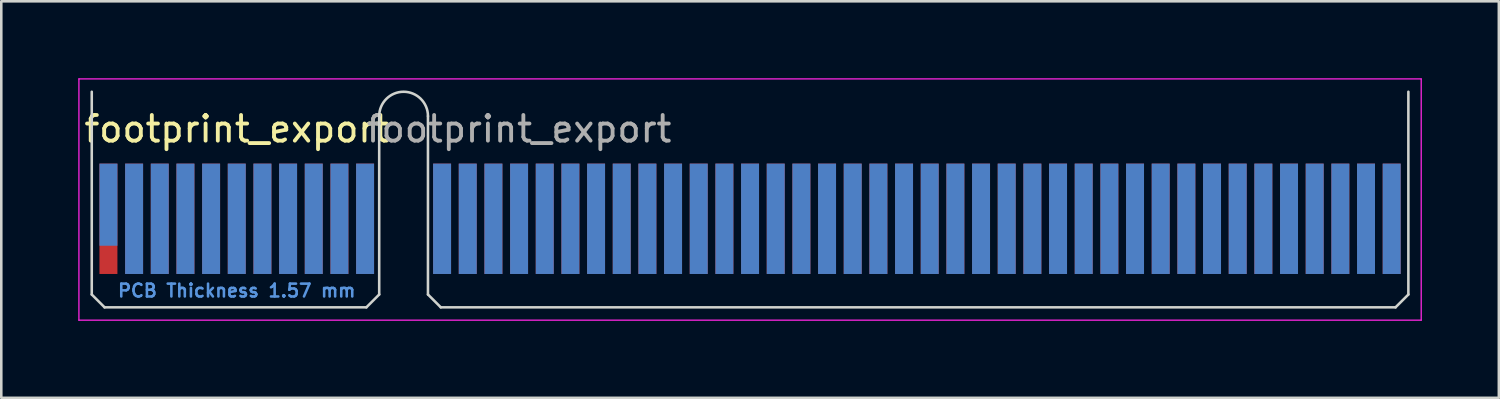
<source format=kicad_pcb>
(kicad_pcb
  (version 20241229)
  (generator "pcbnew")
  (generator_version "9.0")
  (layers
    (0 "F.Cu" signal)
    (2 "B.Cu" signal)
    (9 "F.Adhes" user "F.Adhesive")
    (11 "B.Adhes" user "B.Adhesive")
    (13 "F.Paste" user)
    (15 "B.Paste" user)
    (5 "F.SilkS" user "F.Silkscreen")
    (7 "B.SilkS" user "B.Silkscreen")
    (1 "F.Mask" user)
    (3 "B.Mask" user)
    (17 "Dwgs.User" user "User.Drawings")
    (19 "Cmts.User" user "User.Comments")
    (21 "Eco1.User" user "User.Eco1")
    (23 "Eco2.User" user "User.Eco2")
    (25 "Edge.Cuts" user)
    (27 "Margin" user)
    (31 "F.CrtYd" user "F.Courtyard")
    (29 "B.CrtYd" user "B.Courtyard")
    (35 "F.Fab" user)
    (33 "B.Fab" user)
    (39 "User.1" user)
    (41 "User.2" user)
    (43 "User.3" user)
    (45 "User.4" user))
  (footprint "footprint_export"
    (layer "F.Cu")
    (at 1.175 5.475)
    (property "Reference" "footprint_export" (at 5 -3.5 0) (layer "F.SilkS") (effects (font (size 1 1) (thickness 0.15))))
    (attr exclude_from_pos_files exclude_from_bom)
    (fp_line (start -0.65 -4.95) (end -0.65 2.95) (stroke (width 0.1) (type solid)) (layer "Edge.Cuts"))
    (fp_line (start -0.65 2.95) (end -0.15 3.45) (stroke (width 0.1) (type solid)) (layer "Edge.Cuts"))
    (fp_line (start -0.15 3.45) (end 10.05 3.45) (stroke (width 0.1) (type solid)) (layer "Edge.Cuts"))
    (fp_line (start 10.55 -4) (end 10.55 2.95) (stroke (width 0.1) (type solid)) (layer "Edge.Cuts"))
    (fp_line (start 10.55 2.95) (end 10.05 3.45) (stroke (width 0.1) (type solid)) (layer "Edge.Cuts"))
    (fp_line (start 12.45 -4) (end 12.45 2.95) (stroke (width 0.1) (type solid)) (layer "Edge.Cuts"))
    (fp_line (start 12.45 2.95) (end 12.95 3.45) (stroke (width 0.1) (type solid)) (layer "Edge.Cuts"))
    (fp_line (start 12.95 3.45) (end 50.15 3.45) (stroke (width 0.1) (type solid)) (layer "Edge.Cuts"))
    (fp_line (start 50.65 -4.95) (end 50.65 2.95) (stroke (width 0.1) (type solid)) (layer "Edge.Cuts"))
    (fp_line (start 50.65 2.95) (end 50.15 3.45) (stroke (width 0.1) (type solid)) (layer "Edge.Cuts"))
    (fp_arc (start 10.55 -4) (mid 11.5 -4.95) (end 12.45 -4) (stroke (width 0.1) (type solid)) (layer "Edge.Cuts"))
    (fp_line (start -1.15 -5.45) (end -1.15 3.95) (stroke (width 0.05) (type solid)) (layer "F.CrtYd"))
    (fp_line (start -1.15 -5.45) (end 51.15 -5.45) (stroke (width 0.05) (type solid)) (layer "F.CrtYd"))
    (fp_line (start 51.15 3.95) (end -1.15 3.95) (stroke (width 0.05) (type solid)) (layer "F.CrtYd"))
    (fp_line (start 51.15 3.95) (end 51.15 -5.45) (stroke (width 0.05) (type solid)) (layer "F.CrtYd"))
    (fp_text user "PCB Thickness 1.57 mm" (at 5 2.8 180) (layer "Cmts.User") (effects (font (size 0.5 0.5) (thickness 0.1))))
    (fp_text user "${REFERENCE}" (at 16 -3.5 0) (layer "F.Fab") (effects (font (size 1 1) (thickness 0.15))))
    (pad "A1" connect rect (at 0 -0.55) (size 0.7 3.2) (layers "B.Cu" "B.Mask"))
    (pad "A2" connect rect (at 1 0) (size 0.7 4.3) (layers "B.Cu" "B.Mask"))
    (pad "A3" connect rect (at 2 0) (size 0.7 4.3) (layers "B.Cu" "B.Mask"))
    (pad "A4" connect rect (at 3 0) (size 0.7 4.3) (layers "B.Cu" "B.Mask"))
    (pad "A5" connect rect (at 4 0) (size 0.7 4.3) (layers "B.Cu" "B.Mask"))
    (pad "A6" connect rect (at 5 0) (size 0.7 4.3) (layers "B.Cu" "B.Mask"))
    (pad "A7" connect rect (at 6 0) (size 0.7 4.3) (layers "B.Cu" "B.Mask"))
    (pad "A8" connect rect (at 7 0) (size 0.7 4.3) (layers "B.Cu" "B.Mask"))
    (pad "A9" connect rect (at 8 0) (size 0.7 4.3) (layers "B.Cu" "B.Mask"))
    (pad "A10" connect rect (at 9 0) (size 0.7 4.3) (layers "B.Cu" "B.Mask"))
    (pad "A11" connect rect (at 10 0) (size 0.7 4.3) (layers "B.Cu" "B.Mask"))
    (pad "A12" connect rect (at 13 0) (size 0.7 4.3) (layers "B.Cu" "B.Mask"))
    (pad "A13" connect rect (at 14 0) (size 0.7 4.3) (layers "B.Cu" "B.Mask"))
    (pad "A14" connect rect (at 15 0) (size 0.7 4.3) (layers "B.Cu" "B.Mask"))
    (pad "A15" connect rect (at 16 0) (size 0.7 4.3) (layers "B.Cu" "B.Mask"))
    (pad "A16" connect rect (at 17 0) (size 0.7 4.3) (layers "B.Cu" "B.Mask"))
    (pad "A17" connect rect (at 18 0) (size 0.7 4.3) (layers "B.Cu" "B.Mask"))
    (pad "A18" connect rect (at 19 0) (size 0.7 4.3) (layers "B.Cu" "B.Mask"))
    (pad "A19" connect rect (at 20 0) (size 0.7 4.3) (layers "B.Cu" "B.Mask"))
    (pad "A20" connect rect (at 21 0) (size 0.7 4.3) (layers "B.Cu" "B.Mask"))
    (pad "A21" connect rect (at 22 0) (size 0.7 4.3) (layers "B.Cu" "B.Mask"))
    (pad "A22" connect rect (at 23 0) (size 0.7 4.3) (layers "B.Cu" "B.Mask"))
    (pad "A23" connect rect (at 24 0) (size 0.7 4.3) (layers "B.Cu" "B.Mask"))
    (pad "A24" connect rect (at 25 0) (size 0.7 4.3) (layers "B.Cu" "B.Mask"))
    (pad "A25" connect rect (at 26 0) (size 0.7 4.3) (layers "B.Cu" "B.Mask"))
    (pad "A26" connect rect (at 27 0) (size 0.7 4.3) (layers "B.Cu" "B.Mask"))
    (pad "A27" connect rect (at 28 0) (size 0.7 4.3) (layers "B.Cu" "B.Mask"))
    (pad "A28" connect rect (at 29 0) (size 0.7 4.3) (layers "B.Cu" "B.Mask"))
    (pad "A29" connect rect (at 30 0) (size 0.7 4.3) (layers "B.Cu" "B.Mask"))
    (pad "A30" connect rect (at 31 0) (size 0.7 4.3) (layers "B.Cu" "B.Mask"))
    (pad "A31" connect rect (at 32 0) (size 0.7 4.3) (layers "B.Cu" "B.Mask"))
    (pad "A32" connect rect (at 33 0) (size 0.7 4.3) (layers "B.Cu" "B.Mask"))
    (pad "A33" connect rect (at 34 0) (size 0.7 4.3) (layers "B.Cu" "B.Mask"))
    (pad "A34" connect rect (at 35 0) (size 0.7 4.3) (layers "B.Cu" "B.Mask"))
    (pad "A35" connect rect (at 36 0) (size 0.7 4.3) (layers "B.Cu" "B.Mask"))
    (pad "A36" connect rect (at 37 0) (size 0.7 4.3) (layers "B.Cu" "B.Mask"))
    (pad "A37" connect rect (at 38 0) (size 0.7 4.3) (layers "B.Cu" "B.Mask"))
    (pad "A38" connect rect (at 39 0) (size 0.7 4.3) (layers "B.Cu" "B.Mask"))
    (pad "A39" connect rect (at 40 0) (size 0.7 4.3) (layers "B.Cu" "B.Mask"))
    (pad "A40" connect rect (at 41 0) (size 0.7 4.3) (layers "B.Cu" "B.Mask"))
    (pad "A41" connect rect (at 42 0) (size 0.7 4.3) (layers "B.Cu" "B.Mask"))
    (pad "A42" connect rect (at 43 0) (size 0.7 4.3) (layers "B.Cu" "B.Mask"))
    (pad "A43" connect rect (at 44 0) (size 0.7 4.3) (layers "B.Cu" "B.Mask"))
    (pad "A44" connect rect (at 45 0) (size 0.7 4.3) (layers "B.Cu" "B.Mask"))
    (pad "A45" connect rect (at 46 0) (size 0.7 4.3) (layers "B.Cu" "B.Mask"))
    (pad "A46" connect rect (at 47 0) (size 0.7 4.3) (layers "B.Cu" "B.Mask"))
    (pad "A47" connect rect (at 48 0) (size 0.7 4.3) (layers "B.Cu" "B.Mask"))
    (pad "A48" connect rect (at 49 0) (size 0.7 4.3) (layers "B.Cu" "B.Mask"))
    (pad "A49" connect rect (at 50 0) (size 0.7 4.3) (layers "B.Cu" "B.Mask"))
    (pad "B1" connect rect (at 0 0) (size 0.7 4.3) (layers "F.Cu" "F.Mask"))
    (pad "B2" connect rect (at 1 0) (size 0.7 4.3) (layers "F.Cu" "F.Mask"))
    (pad "B3" connect rect (at 2 0) (size 0.7 4.3) (layers "F.Cu" "F.Mask"))
    (pad "B4" connect rect (at 3 0) (size 0.7 4.3) (layers "F.Cu" "F.Mask"))
    (pad "B5" connect rect (at 4 0) (size 0.7 4.3) (layers "F.Cu" "F.Mask"))
    (pad "B6" connect rect (at 5 0) (size 0.7 4.3) (layers "F.Cu" "F.Mask"))
    (pad "B7" connect rect (at 6 0) (size 0.7 4.3) (layers "F.Cu" "F.Mask"))
    (pad "B8" connect rect (at 7 0) (size 0.7 4.3) (layers "F.Cu" "F.Mask"))
    (pad "B9" connect rect (at 8 0) (size 0.7 4.3) (layers "F.Cu" "F.Mask"))
    (pad "B10" connect rect (at 9 0) (size 0.7 4.3) (layers "F.Cu" "F.Mask"))
    (pad "B11" connect rect (at 10 0) (size 0.7 4.3) (layers "F.Cu" "F.Mask"))
    (pad "B12" connect rect (at 13 0) (size 0.7 4.3) (layers "F.Cu" "F.Mask"))
    (pad "B13" connect rect (at 14 0) (size 0.7 4.3) (layers "F.Cu" "F.Mask"))
    (pad "B14" connect rect (at 15 0) (size 0.7 4.3) (layers "F.Cu" "F.Mask"))
    (pad "B15" connect rect (at 16 0) (size 0.7 4.3) (layers "F.Cu" "F.Mask"))
    (pad "B16" connect rect (at 17 0) (size 0.7 4.3) (layers "F.Cu" "F.Mask"))
    (pad "B17" connect rect (at 18 0) (size 0.7 4.3) (layers "F.Cu" "F.Mask"))
    (pad "B18" connect rect (at 19 0) (size 0.7 4.3) (layers "F.Cu" "F.Mask"))
    (pad "B19" connect rect (at 20 0) (size 0.7 4.3) (layers "F.Cu" "F.Mask"))
    (pad "B20" connect rect (at 21 0) (size 0.7 4.3) (layers "F.Cu" "F.Mask"))
    (pad "B21" connect rect (at 22 0) (size 0.7 4.3) (layers "F.Cu" "F.Mask"))
    (pad "B22" connect rect (at 23 0) (size 0.7 4.3) (layers "F.Cu" "F.Mask"))
    (pad "B23" connect rect (at 24 0) (size 0.7 4.3) (layers "F.Cu" "F.Mask"))
    (pad "B24" connect rect (at 25 0) (size 0.7 4.3) (layers "F.Cu" "F.Mask"))
    (pad "B25" connect rect (at 26 0) (size 0.7 4.3) (layers "F.Cu" "F.Mask"))
    (pad "B26" connect rect (at 27 0) (size 0.7 4.3) (layers "F.Cu" "F.Mask"))
    (pad "B27" connect rect (at 28 0) (size 0.7 4.3) (layers "F.Cu" "F.Mask"))
    (pad "B28" connect rect (at 29 0) (size 0.7 4.3) (layers "F.Cu" "F.Mask"))
    (pad "B29" connect rect (at 30 0) (size 0.7 4.3) (layers "F.Cu" "F.Mask"))
    (pad "B30" connect rect (at 31 0) (size 0.7 4.3) (layers "F.Cu" "F.Mask"))
    (pad "B31" connect rect (at 32 0) (size 0.7 4.3) (layers "F.Cu" "F.Mask"))
    (pad "B32" connect rect (at 33 0) (size 0.7 4.3) (layers "F.Cu" "F.Mask"))
    (pad "B33" connect rect (at 34 0) (size 0.7 4.3) (layers "F.Cu" "F.Mask"))
    (pad "B34" connect rect (at 35 0) (size 0.7 4.3) (layers "F.Cu" "F.Mask"))
    (pad "B35" connect rect (at 36 0) (size 0.7 4.3) (layers "F.Cu" "F.Mask"))
    (pad "B36" connect rect (at 37 0) (size 0.7 4.3) (layers "F.Cu" "F.Mask"))
    (pad "B37" connect rect (at 38 0) (size 0.7 4.3) (layers "F.Cu" "F.Mask"))
    (pad "B38" connect rect (at 39 0) (size 0.7 4.3) (layers "F.Cu" "F.Mask"))
    (pad "B39" connect rect (at 40 0) (size 0.7 4.3) (layers "F.Cu" "F.Mask"))
    (pad "B40" connect rect (at 41 0) (size 0.7 4.3) (layers "F.Cu" "F.Mask"))
    (pad "B41" connect rect (at 42 0) (size 0.7 4.3) (layers "F.Cu" "F.Mask"))
    (pad "B42" connect rect (at 43 0) (size 0.7 4.3) (layers "F.Cu" "F.Mask"))
    (pad "B43" connect rect (at 44 0) (size 0.7 4.3) (layers "F.Cu" "F.Mask"))
    (pad "B44" connect rect (at 45 0) (size 0.7 4.3) (layers "F.Cu" "F.Mask"))
    (pad "B45" connect rect (at 46 0) (size 0.7 4.3) (layers "F.Cu" "F.Mask"))
    (pad "B46" connect rect (at 47 0) (size 0.7 4.3) (layers "F.Cu" "F.Mask"))
    (pad "B47" connect rect (at 48 0) (size 0.7 4.3) (layers "F.Cu" "F.Mask"))
    (pad "B48" connect rect (at 49 -0.55) (size 0.7 3.2) (layers "F.Cu" "F.Mask"))
    (pad "B49" connect rect (at 50 0) (size 0.7 4.3) (layers "F.Cu" "F.Mask")))
  (gr_rect
    (start -3 -3)
    (end 55.35 12.45)
    (stroke (width 0.1) (type default))
    (fill no)
    (layer "Edge.Cuts")))
</source>
